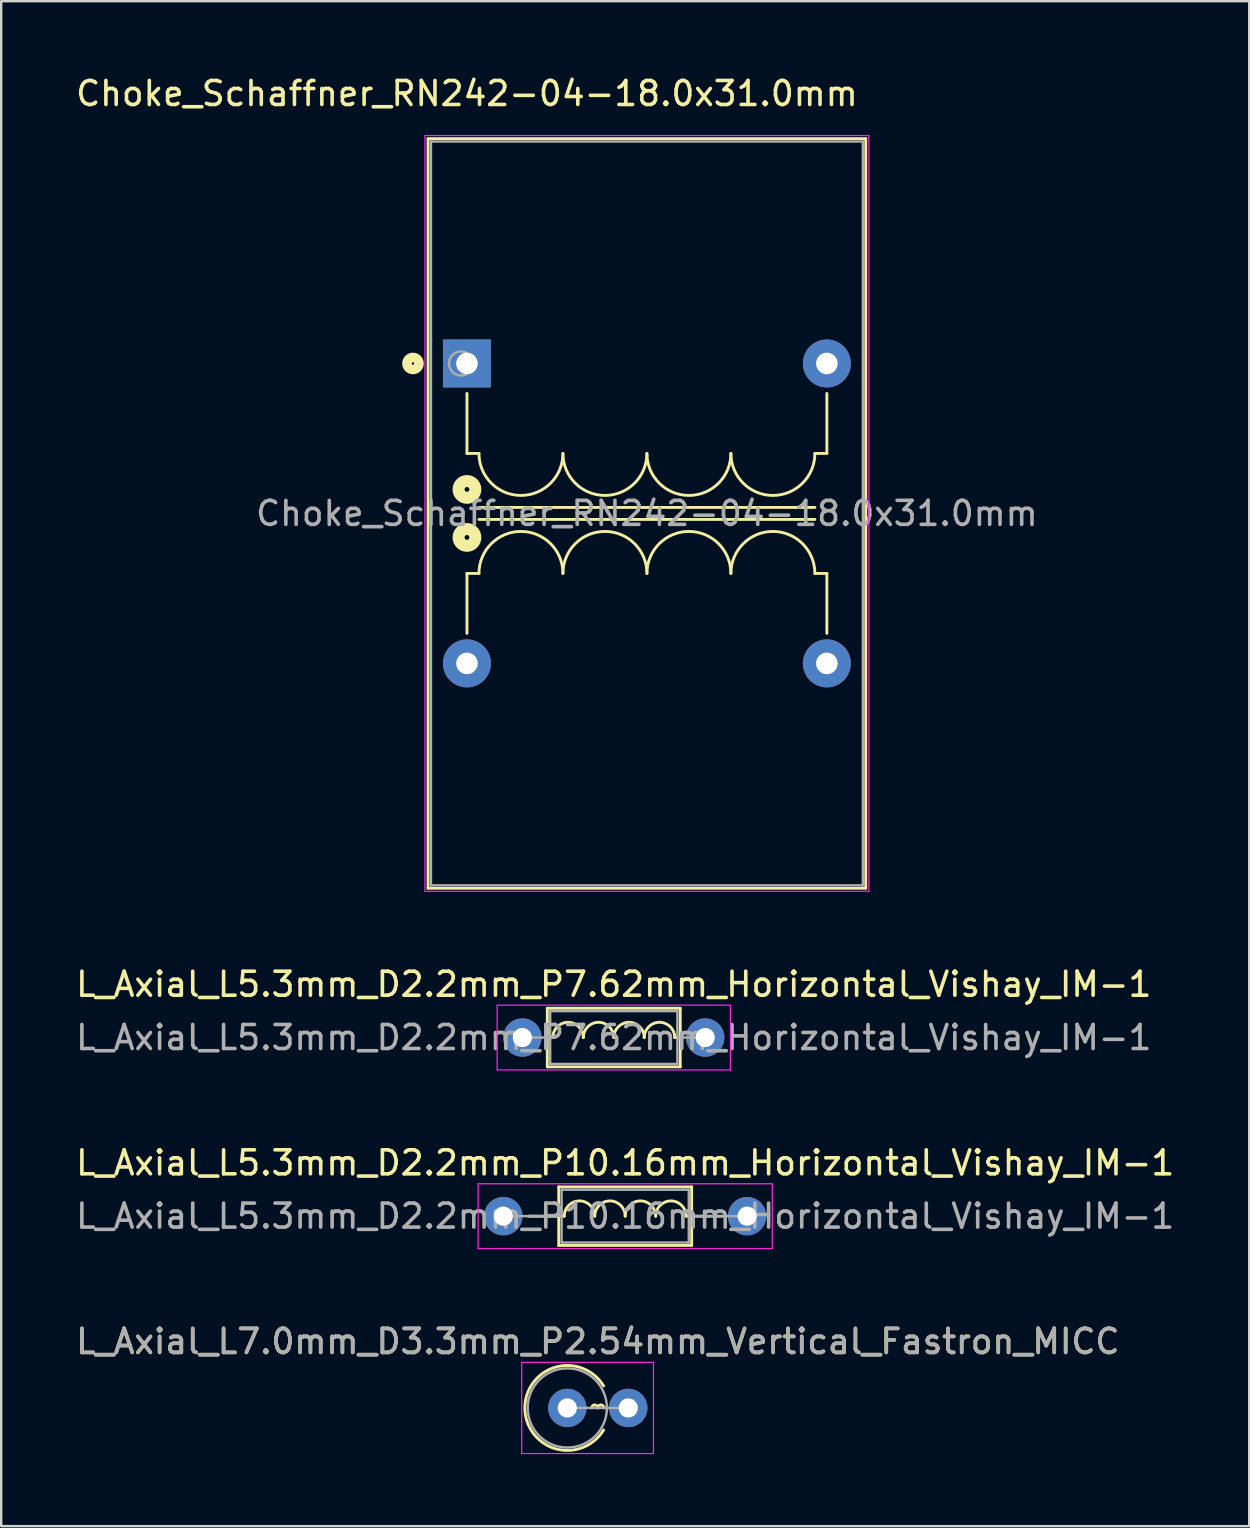
<source format=kicad_pcb>
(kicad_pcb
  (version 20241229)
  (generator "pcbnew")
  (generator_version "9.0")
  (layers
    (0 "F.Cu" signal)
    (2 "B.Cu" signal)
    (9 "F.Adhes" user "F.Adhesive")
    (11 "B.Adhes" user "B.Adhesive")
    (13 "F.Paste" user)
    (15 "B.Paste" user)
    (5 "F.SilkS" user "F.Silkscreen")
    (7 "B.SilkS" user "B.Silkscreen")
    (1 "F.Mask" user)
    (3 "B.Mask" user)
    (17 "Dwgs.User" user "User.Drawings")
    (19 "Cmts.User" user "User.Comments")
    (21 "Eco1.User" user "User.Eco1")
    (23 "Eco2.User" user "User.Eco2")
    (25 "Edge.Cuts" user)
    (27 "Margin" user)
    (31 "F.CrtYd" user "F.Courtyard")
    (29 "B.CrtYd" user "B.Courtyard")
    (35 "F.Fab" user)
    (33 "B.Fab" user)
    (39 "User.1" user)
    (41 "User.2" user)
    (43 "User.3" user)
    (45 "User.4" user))
  (footprint "L_Axial_L5.3mm_D2.2mm_P10.16mm_Horizontal_Vishay_IM-1"
    (layer "F.Cu")
    (at 17.926 47.635)
    (property "Reference" "L_Axial_L5.3mm_D2.2mm_P10.16mm_Horizontal_Vishay_IM-1" (at 5.08 -2.22 0) (layer "F.SilkS") (effects (font (size 1 1) (thickness 0.15))))
    (attr through_hole)
    (fp_line (start 1.04 0) (end 2.31 0) (stroke (width 0.12) (type solid)) (layer "F.SilkS"))
    (fp_line (start 2.31 -1.22) (end 2.31 1.22) (stroke (width 0.12) (type solid)) (layer "F.SilkS"))
    (fp_line (start 2.31 1.22) (end 7.85 1.22) (stroke (width 0.12) (type solid)) (layer "F.SilkS"))
    (fp_line (start 2.54 0) (end 2.349 0) (stroke (width 0.12) (type solid)) (layer "F.SilkS"))
    (fp_line (start 7.62 0) (end 7.811 0) (stroke (width 0.12) (type solid)) (layer "F.SilkS"))
    (fp_line (start 7.85 -1.22) (end 2.31 -1.22) (stroke (width 0.12) (type solid)) (layer "F.SilkS"))
    (fp_line (start 7.85 1.22) (end 7.85 -1.22) (stroke (width 0.12) (type solid)) (layer "F.SilkS"))
    (fp_line (start 9.12 0) (end 7.85 0) (stroke (width 0.12) (type solid)) (layer "F.SilkS"))
    (fp_arc (start 2.54 0) (mid 3.175 -0.635) (end 3.81 0) (stroke (width 0.12) (type solid)) (layer "F.SilkS"))
    (fp_arc (start 3.81 0) (mid 4.445 -0.635) (end 5.08 0) (stroke (width 0.12) (type solid)) (layer "F.SilkS"))
    (fp_arc (start 5.08 0) (mid 5.715 -0.635) (end 6.35 0) (stroke (width 0.12) (type solid)) (layer "F.SilkS"))
    (fp_arc (start 6.35 0) (mid 6.985 -0.635) (end 7.62 0) (stroke (width 0.12) (type solid)) (layer "F.SilkS"))
    (fp_line (start -1.05 -1.35) (end -1.05 1.35) (stroke (width 0.05) (type solid)) (layer "F.CrtYd"))
    (fp_line (start -1.05 1.35) (end 11.21 1.35) (stroke (width 0.05) (type solid)) (layer "F.CrtYd"))
    (fp_line (start 11.21 -1.35) (end -1.05 -1.35) (stroke (width 0.05) (type solid)) (layer "F.CrtYd"))
    (fp_line (start 11.21 1.35) (end 11.21 -1.35) (stroke (width 0.05) (type solid)) (layer "F.CrtYd"))
    (fp_line (start 0 0) (end 2.43 0) (stroke (width 0.1) (type solid)) (layer "F.Fab"))
    (fp_line (start 2.43 -1.1) (end 2.43 1.1) (stroke (width 0.1) (type solid)) (layer "F.Fab"))
    (fp_line (start 2.43 1.1) (end 7.73 1.1) (stroke (width 0.1) (type solid)) (layer "F.Fab"))
    (fp_line (start 7.73 -1.1) (end 2.43 -1.1) (stroke (width 0.1) (type solid)) (layer "F.Fab"))
    (fp_line (start 7.73 1.1) (end 7.73 -1.1) (stroke (width 0.1) (type solid)) (layer "F.Fab"))
    (fp_line (start 10.16 0) (end 7.73 0) (stroke (width 0.1) (type solid)) (layer "F.Fab"))
    (fp_text user "${REFERENCE}" (at 5.08 0 0) (layer "F.Fab") (effects (font (size 1 1) (thickness 0.15))))
    (pad "1" thru_hole circle (at 0 0) (size 1.6 1.6) (drill 0.8) (layers "*.Cu" "*.Mask"))
    (pad "2" thru_hole oval (at 10.16 0) (size 1.6 1.6) (drill 0.8) (layers "*.Cu" "*.Mask")))
  (footprint "Choke_Schaffner_RN242-04-18.0x31.0mm"
    (layer "F.Cu")
    (at 16.411 12.098)
    (property "Reference" "Choke_Schaffner_RN242-04-18.0x31.0mm" (at 0 -11.25 0) (layer "F.SilkS") (effects (font (size 1 1) (thickness 0.15))))
    (attr through_hole)
    (fp_line (start -1.62 -9.37) (end 16.62 -9.37) (stroke (width 0.12) (type solid)) (layer "F.SilkS"))
    (fp_line (start -1.62 21.87) (end -1.62 -9.37) (stroke (width 0.12) (type solid)) (layer "F.SilkS"))
    (fp_line (start 0 3.75) (end 0 1.25) (stroke (width 0.12) (type solid)) (layer "F.SilkS"))
    (fp_line (start 0 8.75) (end 0 11.25) (stroke (width 0.12) (type solid)) (layer "F.SilkS"))
    (fp_line (start 0.5 3.75) (end 0 3.75) (stroke (width 0.12) (type solid)) (layer "F.SilkS"))
    (fp_line (start 0.5 6.5) (end 14.5 6.5) (stroke (width 0.12) (type solid)) (layer "F.SilkS"))
    (fp_line (start 0.5 8.75) (end 0 8.75) (stroke (width 0.12) (type solid)) (layer "F.SilkS"))
    (fp_line (start 14.5 3.75) (end 15 3.75) (stroke (width 0.12) (type solid)) (layer "F.SilkS"))
    (fp_line (start 14.5 6) (end 0.5 6) (stroke (width 0.12) (type solid)) (layer "F.SilkS"))
    (fp_line (start 14.5 8.75) (end 15 8.75) (stroke (width 0.12) (type solid)) (layer "F.SilkS"))
    (fp_line (start 15 3.75) (end 15 1.25) (stroke (width 0.12) (type solid)) (layer "F.SilkS"))
    (fp_line (start 15 8.75) (end 15 11.25) (stroke (width 0.12) (type solid)) (layer "F.SilkS"))
    (fp_line (start 16.62 -9.37) (end 16.62 21.87) (stroke (width 0.12) (type solid)) (layer "F.SilkS"))
    (fp_line (start 16.62 21.87) (end -1.62 21.87) (stroke (width 0.12) (type solid)) (layer "F.SilkS"))
    (fp_arc (start 0.5 8.75) (mid 2.25 7) (end 4 8.75) (stroke (width 0.12) (type solid)) (layer "F.SilkS"))
    (fp_arc (start 4 3.75) (mid 2.25 5.5) (end 0.5 3.75) (stroke (width 0.12) (type solid)) (layer "F.SilkS"))
    (fp_arc (start 4 8.75) (mid 5.75 7) (end 7.5 8.75) (stroke (width 0.12) (type solid)) (layer "F.SilkS"))
    (fp_arc (start 7.5 3.75) (mid 5.75 5.5) (end 4 3.75) (stroke (width 0.12) (type solid)) (layer "F.SilkS"))
    (fp_arc (start 7.5 8.75) (mid 9.25 7) (end 11 8.75) (stroke (width 0.12) (type solid)) (layer "F.SilkS"))
    (fp_arc (start 11 3.75) (mid 9.25 5.5) (end 7.5 3.75) (stroke (width 0.12) (type solid)) (layer "F.SilkS"))
    (fp_arc (start 11 8.75) (mid 12.75 7) (end 14.5 8.75) (stroke (width 0.12) (type solid)) (layer "F.SilkS"))
    (fp_arc (start 14.5 3.75) (mid 12.75 5.5) (end 11 3.75) (stroke (width 0.12) (type solid)) (layer "F.SilkS"))
    (fp_circle (center -2.25 0) (end -2.2 0) (stroke (width 0.4) (type solid)) (fill no) (layer "F.SilkS"))
    (fp_circle (center 0 5.25) (end 0.1 5.25) (stroke (width 0.5) (type solid)) (fill no) (layer "F.SilkS"))
    (fp_circle (center 0 7.25) (end 0.1 7.25) (stroke (width 0.5) (type solid)) (fill no) (layer "F.SilkS"))
    (fp_line (start -1.75 -9.5) (end -1.75 22) (stroke (width 0.05) (type solid)) (layer "F.CrtYd"))
    (fp_line (start -1.75 22) (end 16.75 22) (stroke (width 0.05) (type solid)) (layer "F.CrtYd"))
    (fp_line (start 16.75 -9.5) (end -1.75 -9.5) (stroke (width 0.05) (type solid)) (layer "F.CrtYd"))
    (fp_line (start 16.75 22) (end 16.75 -9.5) (stroke (width 0.05) (type solid)) (layer "F.CrtYd"))
    (fp_line (start -1.5 -9.25) (end 16.5 -9.25) (stroke (width 0.1) (type solid)) (layer "F.Fab"))
    (fp_line (start -1.5 -1) (end -1.5 -9.25) (stroke (width 0.1) (type solid)) (layer "F.Fab"))
    (fp_line (start -1.5 21.75) (end -1.5 -1) (stroke (width 0.1) (type solid)) (layer "F.Fab"))
    (fp_line (start 16.5 -9.25) (end 16.5 21.75) (stroke (width 0.1) (type solid)) (layer "F.Fab"))
    (fp_line (start 16.5 21.75) (end -1.5 21.75) (stroke (width 0.1) (type solid)) (layer "F.Fab"))
    (fp_circle (center -0.25 0) (end 0.25 0) (stroke (width 0.1) (type solid)) (fill no) (layer "F.Fab"))
    (fp_text user "${REFERENCE}" (at 7.5 6.25 0) (layer "F.Fab") (effects (font (size 1 1) (thickness 0.15))))
    (pad "1" thru_hole rect (at 0 0) (size 2 2) (drill 0.9) (layers "*.Cu" "*.Mask"))
    (pad "2" thru_hole circle (at 15 0) (size 2 2) (drill 0.9) (layers "*.Cu" "*.Mask"))
    (pad "3" thru_hole circle (at 0 12.5) (size 2 2) (drill 0.9) (layers "*.Cu" "*.Mask"))
    (pad "4" thru_hole circle (at 15 12.5) (size 2 2) (drill 0.9) (layers "*.Cu" "*.Mask")))
  (footprint "L_Axial_L7.0mm_D3.3mm_P2.54mm_Vertical_Fastron_MICC"
    (layer "F.Cu")
    (at 20.593 55.628)
    (property "Reference" "L_Axial_L7.0mm_D3.3mm_P2.54mm_Vertical_Fastron_MICC" (at 1.27 -2.77 0) (layer "F.SilkS") (effects (font (size 1 1) (thickness 0.15))))
    (attr through_hole)
    (fp_arc (start 1.016 0) (mid 1.143 -0.127) (end 1.27 0) (stroke (width 0.12) (type solid)) (layer "F.SilkS"))
    (fp_arc (start 1.27 0) (mid 1.397 -0.127) (end 1.524 0) (stroke (width 0.12) (type solid)) (layer "F.SilkS"))
    (fp_arc (start 1.512118 0.92) (mid -1.77 0) (end 1.512118 -0.92) (stroke (width 0.12) (type solid)) (layer "F.SilkS"))
    (fp_line (start -1.9 -1.9) (end -1.9 1.9) (stroke (width 0.05) (type solid)) (layer "F.CrtYd"))
    (fp_line (start -1.9 1.9) (end 3.59 1.9) (stroke (width 0.05) (type solid)) (layer "F.CrtYd"))
    (fp_line (start 3.59 -1.9) (end -1.9 -1.9) (stroke (width 0.05) (type solid)) (layer "F.CrtYd"))
    (fp_line (start 3.59 1.9) (end 3.59 -1.9) (stroke (width 0.05) (type solid)) (layer "F.CrtYd"))
    (fp_line (start 0 0) (end 2.54 0) (stroke (width 0.1) (type solid)) (layer "F.Fab"))
    (fp_circle (center 0 0) (end 1.65 0) (stroke (width 0.1) (type solid)) (fill no) (layer "F.Fab"))
    (fp_text user "${REFERENCE}" (at 1.27 -2.77 0) (layer "F.Fab") (effects (font (size 1 1) (thickness 0.15))))
    (pad "1" thru_hole circle (at 0 0) (size 1.6 1.6) (drill 0.8) (layers "*.Cu" "*.Mask"))
    (pad "2" thru_hole oval (at 2.54 0) (size 1.6 1.6) (drill 0.8) (layers "*.Cu" "*.Mask")))
  (footprint "L_Axial_L5.3mm_D2.2mm_P7.62mm_Horizontal_Vishay_IM-1"
    (layer "F.Cu")
    (at 18.72 40.191)
    (property "Reference" "L_Axial_L5.3mm_D2.2mm_P7.62mm_Horizontal_Vishay_IM-1" (at 3.81 -2.22 0) (layer "F.SilkS") (effects (font (size 1 1) (thickness 0.15))))
    (attr through_hole)
    (fp_line (start 1.04 -1.22) (end 1.04 1.22) (stroke (width 0.12) (type solid)) (layer "F.SilkS"))
    (fp_line (start 1.04 1.22) (end 6.58 1.22) (stroke (width 0.12) (type solid)) (layer "F.SilkS"))
    (fp_line (start 1.27 0) (end 1.079 0) (stroke (width 0.12) (type solid)) (layer "F.SilkS"))
    (fp_line (start 6.35 0) (end 6.54 0) (stroke (width 0.12) (type solid)) (layer "F.SilkS"))
    (fp_line (start 6.58 -1.22) (end 1.04 -1.22) (stroke (width 0.12) (type solid)) (layer "F.SilkS"))
    (fp_line (start 6.58 1.22) (end 6.58 -1.22) (stroke (width 0.12) (type solid)) (layer "F.SilkS"))
    (fp_arc (start 1.27 0) (mid 1.905 -0.635) (end 2.54 0) (stroke (width 0.12) (type solid)) (layer "F.SilkS"))
    (fp_arc (start 2.54 0) (mid 3.175 -0.635) (end 3.81 0) (stroke (width 0.12) (type solid)) (layer "F.SilkS"))
    (fp_arc (start 3.81 0) (mid 4.445 -0.635) (end 5.08 0) (stroke (width 0.12) (type solid)) (layer "F.SilkS"))
    (fp_arc (start 5.08 0) (mid 5.715 -0.635) (end 6.35 0) (stroke (width 0.12) (type solid)) (layer "F.SilkS"))
    (fp_line (start -1.05 -1.35) (end -1.05 1.35) (stroke (width 0.05) (type solid)) (layer "F.CrtYd"))
    (fp_line (start -1.05 1.35) (end 8.67 1.35) (stroke (width 0.05) (type solid)) (layer "F.CrtYd"))
    (fp_line (start 8.67 -1.35) (end -1.05 -1.35) (stroke (width 0.05) (type solid)) (layer "F.CrtYd"))
    (fp_line (start 8.67 1.35) (end 8.67 -1.35) (stroke (width 0.05) (type solid)) (layer "F.CrtYd"))
    (fp_line (start 0 0) (end 1.16 0) (stroke (width 0.1) (type solid)) (layer "F.Fab"))
    (fp_line (start 1.16 -1.1) (end 1.16 1.1) (stroke (width 0.1) (type solid)) (layer "F.Fab"))
    (fp_line (start 1.16 1.1) (end 6.46 1.1) (stroke (width 0.1) (type solid)) (layer "F.Fab"))
    (fp_line (start 6.46 -1.1) (end 1.16 -1.1) (stroke (width 0.1) (type solid)) (layer "F.Fab"))
    (fp_line (start 6.46 1.1) (end 6.46 -1.1) (stroke (width 0.1) (type solid)) (layer "F.Fab"))
    (fp_line (start 7.62 0) (end 6.46 0) (stroke (width 0.1) (type solid)) (layer "F.Fab"))
    (fp_text user "${REFERENCE}" (at 3.81 0 0) (layer "F.Fab") (effects (font (size 1 1) (thickness 0.15))))
    (pad "1" thru_hole circle (at 0 0) (size 1.6 1.6) (drill 0.8) (layers "*.Cu" "*.Mask"))
    (pad "2" thru_hole oval (at 7.62 0) (size 1.6 1.6) (drill 0.8) (layers "*.Cu" "*.Mask")))
  (gr_rect
    (start -3 -3)
    (end 49.012 60.553)
    (stroke (width 0.1) (type default))
    (fill no)
    (layer "Edge.Cuts")))
</source>
